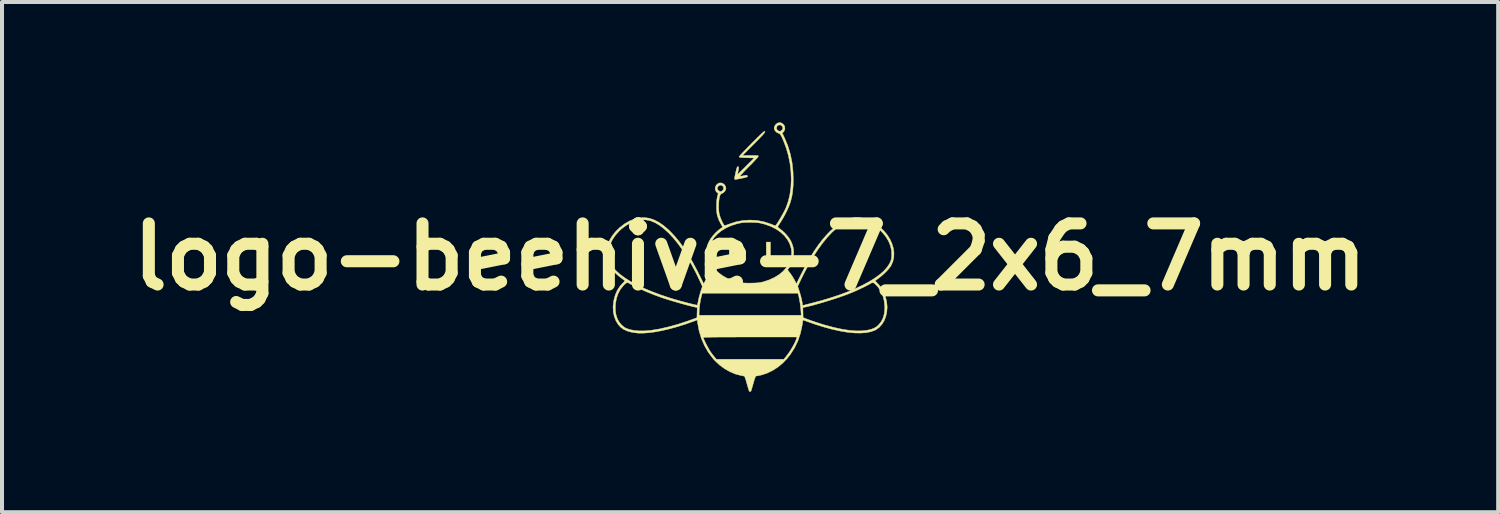
<source format=kicad_pcb>
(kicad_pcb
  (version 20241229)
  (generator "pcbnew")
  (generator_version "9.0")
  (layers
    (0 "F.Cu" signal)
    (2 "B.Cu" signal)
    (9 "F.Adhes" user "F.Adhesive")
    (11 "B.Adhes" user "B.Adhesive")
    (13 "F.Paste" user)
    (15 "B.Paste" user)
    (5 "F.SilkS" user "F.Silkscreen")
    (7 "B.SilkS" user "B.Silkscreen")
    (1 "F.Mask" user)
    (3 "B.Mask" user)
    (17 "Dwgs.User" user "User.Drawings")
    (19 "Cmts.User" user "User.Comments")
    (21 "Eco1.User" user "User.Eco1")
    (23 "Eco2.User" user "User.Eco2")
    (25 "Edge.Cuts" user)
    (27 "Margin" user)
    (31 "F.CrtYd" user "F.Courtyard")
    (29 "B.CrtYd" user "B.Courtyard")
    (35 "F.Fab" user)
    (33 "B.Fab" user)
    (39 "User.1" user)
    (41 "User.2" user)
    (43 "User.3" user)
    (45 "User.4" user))
  (footprint "logo-beehive-7_2х6_7mm"
    (layer "F.Cu")
    (at 15.646 3.353)
    (property "Reference" "logo-beehive-7_2х6_7mm" (at 0 0 0) (layer "F.SilkS") (effects (font (size 1.524 1.524) (thickness 0.3))))
    (attr through_hole)
    (fp_poly (pts (xy -0.416 0.173) (xy -0.52 0.173) (xy -0.52 -0.369) (xy -0.416 -0.369) (xy -0.416 0.173)) (stroke (width 0.01) (type solid)) (fill yes) (layer "F.SilkS"))
    (fp_poly (pts (xy 0.508 0.173) (xy 0.404 0.173) (xy 0.404 -0.369) (xy 0.508 -0.369) (xy 0.508 0.173)) (stroke (width 0.01) (type solid)) (fill yes) (layer "F.SilkS"))
    (fp_poly (pts (xy 0.373 -3.123) (xy 0.369 -3.109) (xy 0.354 -3.087) (xy 0.327 -3.054) (xy 0.287 -3.01) (xy 0.232 -2.953) (xy 0.163 -2.882) (xy 0.097 -2.816) (xy -0.19 -2.528) (xy 0.009 -2.528) (xy 0.081 -2.528) (xy 0.134 -2.528) (xy 0.169 -2.526) (xy 0.191 -2.523) (xy 0.203 -2.519) (xy 0.207 -2.512) (xy 0.208 -2.508) (xy 0.2 -2.495) (xy 0.178 -2.468) (xy 0.143 -2.43) (xy 0.098 -2.381) (xy 0.045 -2.326) (xy -0.015 -2.265) (xy -0.032 -2.249) (xy -0.108 -2.172) (xy -0.167 -2.11) (xy -0.21 -2.064) (xy -0.238 -2.032) (xy -0.25 -2.014) (xy -0.248 -2.009) (xy -0.225 -2.012) (xy -0.188 -2.018) (xy -0.153 -2.025) (xy -0.113 -2.033) (xy -0.088 -2.035) (xy -0.074 -2.03) (xy -0.068 -2.024) (xy -0.061 -2.012) (xy -0.064 -2.001) (xy -0.08 -1.991) (xy -0.112 -1.981) (xy -0.161 -1.969) (xy -0.218 -1.957) (xy -0.281 -1.944) (xy -0.325 -1.936) (xy -0.353 -1.931) (xy -0.37 -1.929) (xy -0.379 -1.931) (xy -0.384 -1.935) (xy -0.386 -1.938) (xy -0.386 -1.954) (xy -0.382 -1.987) (xy -0.374 -2.031) (xy -0.364 -2.082) (xy -0.352 -2.133) (xy -0.339 -2.181) (xy -0.328 -2.219) (xy -0.319 -2.243) (xy -0.314 -2.248) (xy -0.295 -2.25) (xy -0.285 -2.235) (xy -0.285 -2.202) (xy -0.294 -2.149) (xy -0.294 -2.149) (xy -0.303 -2.107) (xy -0.309 -2.075) (xy -0.312 -2.058) (xy -0.312 -2.057) (xy -0.304 -2.063) (xy -0.282 -2.083) (xy -0.248 -2.115) (xy -0.205 -2.158) (xy -0.153 -2.208) (xy -0.104 -2.257) (xy 0.104 -2.465) (xy -0.083 -2.471) (xy -0.155 -2.473) (xy -0.207 -2.476) (xy -0.241 -2.479) (xy -0.262 -2.484) (xy -0.272 -2.489) (xy -0.274 -2.494) (xy -0.267 -2.505) (xy -0.246 -2.531) (xy -0.212 -2.568) (xy -0.168 -2.615) (xy -0.117 -2.668) (xy -0.059 -2.728) (xy 0.001 -2.789) (xy 0.063 -2.852) (xy 0.125 -2.913) (xy 0.183 -2.971) (xy 0.236 -3.023) (xy 0.281 -3.066) (xy 0.317 -3.099) (xy 0.342 -3.12) (xy 0.351 -3.127) (xy 0.367 -3.128) (xy 0.373 -3.123)) (stroke (width 0.01) (type solid)) (fill yes) (layer "F.SilkS"))
    (fp_poly (pts (xy 0.781 -3.338) (xy 0.82 -3.313) (xy 0.851 -3.277) (xy 0.862 -3.254) (xy 0.869 -3.204) (xy 0.86 -3.156) (xy 0.836 -3.117) (xy 0.827 -3.109) (xy 0.801 -3.089) (xy 0.861 -2.962) (xy 0.942 -2.766) (xy 1.004 -2.562) (xy 1.047 -2.348) (xy 1.071 -2.122) (xy 1.077 -1.922) (xy 1.074 -1.775) (xy 1.063 -1.645) (xy 1.046 -1.526) (xy 1.019 -1.414) (xy 0.999 -1.345) (xy 0.968 -1.263) (xy 0.927 -1.169) (xy 0.878 -1.069) (xy 0.824 -0.97) (xy 0.771 -0.883) (xy 0.741 -0.836) (xy 0.716 -0.797) (xy 0.698 -0.768) (xy 0.689 -0.754) (xy 0.694 -0.742) (xy 0.715 -0.722) (xy 0.745 -0.699) (xy 0.81 -0.647) (xy 0.876 -0.584) (xy 0.937 -0.514) (xy 0.988 -0.444) (xy 1.019 -0.391) (xy 1.053 -0.311) (xy 1.074 -0.238) (xy 1.085 -0.162) (xy 1.087 -0.095) (xy 1.076 0.02) (xy 1.045 0.132) (xy 0.996 0.235) (xy 0.963 0.285) (xy 0.935 0.322) (xy 0.996 0.403) (xy 1.032 0.454) (xy 1.071 0.514) (xy 1.104 0.571) (xy 1.107 0.577) (xy 1.156 0.67) (xy 1.269 0.442) (xy 1.38 0.227) (xy 1.488 0.033) (xy 1.596 -0.142) (xy 1.704 -0.299) (xy 1.814 -0.441) (xy 1.927 -0.569) (xy 2.004 -0.647) (xy 2.129 -0.758) (xy 2.25 -0.847) (xy 2.369 -0.913) (xy 2.487 -0.957) (xy 2.604 -0.979) (xy 2.722 -0.979) (xy 2.841 -0.956) (xy 2.963 -0.913) (xy 3.088 -0.848) (xy 3.126 -0.824) (xy 3.238 -0.741) (xy 3.336 -0.649) (xy 3.419 -0.548) (xy 3.487 -0.441) (xy 3.537 -0.33) (xy 3.571 -0.217) (xy 3.587 -0.105) (xy 3.583 0.006) (xy 3.561 0.111) (xy 3.518 0.21) (xy 3.51 0.224) (xy 3.468 0.283) (xy 3.411 0.348) (xy 3.342 0.416) (xy 3.268 0.482) (xy 3.215 0.523) (xy 3.176 0.552) (xy 3.144 0.576) (xy 3.124 0.591) (xy 3.119 0.595) (xy 3.125 0.604) (xy 3.144 0.625) (xy 3.173 0.655) (xy 3.19 0.672) (xy 3.258 0.753) (xy 3.316 0.852) (xy 3.363 0.962) (xy 3.397 1.08) (xy 3.414 1.2) (xy 3.417 1.264) (xy 3.408 1.382) (xy 3.382 1.492) (xy 3.341 1.594) (xy 3.286 1.683) (xy 3.219 1.757) (xy 3.141 1.814) (xy 3.114 1.828) (xy 3.009 1.866) (xy 2.887 1.89) (xy 2.748 1.899) (xy 2.593 1.896) (xy 2.422 1.878) (xy 2.237 1.847) (xy 2.037 1.802) (xy 1.825 1.744) (xy 1.6 1.673) (xy 1.431 1.613) (xy 1.32 1.573) (xy 1.296 1.719) (xy 1.253 1.913) (xy 1.191 2.096) (xy 1.109 2.267) (xy 1.006 2.428) (xy 0.923 2.534) (xy 0.815 2.647) (xy 0.694 2.747) (xy 0.564 2.831) (xy 0.428 2.897) (xy 0.29 2.943) (xy 0.23 2.956) (xy 0.19 2.964) (xy 0.158 2.97) (xy 0.144 2.973) (xy 0.136 2.985) (xy 0.124 3.014) (xy 0.109 3.057) (xy 0.094 3.107) (xy 0.077 3.166) (xy 0.06 3.224) (xy 0.046 3.272) (xy 0.039 3.299) (xy 0.026 3.337) (xy 0.012 3.356) (xy 0 3.36) (xy -0.015 3.353) (xy -0.028 3.331) (xy -0.039 3.299) (xy -0.049 3.263) (xy -0.064 3.212) (xy -0.081 3.153) (xy -0.094 3.107) (xy -0.109 3.056) (xy -0.124 3.013) (xy -0.136 2.984) (xy -0.144 2.973) (xy -0.161 2.97) (xy -0.193 2.963) (xy -0.23 2.956) (xy -0.367 2.92) (xy -0.504 2.862) (xy -0.637 2.786) (xy -0.763 2.693) (xy -0.877 2.586) (xy -0.923 2.534) (xy -1.039 2.38) (xy -1.135 2.215) (xy -1.212 2.037) (xy -1.22 2.012) (xy -1.166 2.012) (xy -1.161 2.031) (xy -1.146 2.065) (xy -1.125 2.111) (xy -1.099 2.164) (xy -1.071 2.219) (xy -1.042 2.272) (xy -1.016 2.319) (xy -0.993 2.355) (xy -0.992 2.357) (xy -0.959 2.404) (xy -0.921 2.454) (xy -0.891 2.491) (xy -0.84 2.552) (xy 0.841 2.552) (xy 0.892 2.491) (xy 0.938 2.432) (xy 0.987 2.363) (xy 1.034 2.288) (xy 1.078 2.212) (xy 1.116 2.14) (xy 1.144 2.077) (xy 1.161 2.028) (xy 1.169 1.997) (xy 0.001 1.997) (xy -0.196 1.997) (xy -0.371 1.998) (xy -0.525 1.998) (xy -0.659 1.998) (xy -0.775 1.999) (xy -0.873 2) (xy -0.955 2.001) (xy -1.022 2.002) (xy -1.074 2.003) (xy -1.114 2.005) (xy -1.141 2.007) (xy -1.158 2.009) (xy -1.166 2.011) (xy -1.166 2.012) (xy -1.22 2.012) (xy -1.27 1.846) (xy -1.308 1.643) (xy -1.31 1.626) (xy -1.317 1.572) (xy -1.429 1.613) (xy -1.63 1.683) (xy -1.826 1.744) (xy -2.015 1.796) (xy -2.196 1.838) (xy -2.365 1.87) (xy -2.522 1.891) (xy -2.665 1.901) (xy -2.79 1.9) (xy -2.838 1.895) (xy -2.962 1.876) (xy -3.067 1.846) (xy -3.154 1.805) (xy -3.227 1.752) (xy -3.287 1.685) (xy -3.337 1.603) (xy -3.344 1.589) (xy -3.386 1.481) (xy -3.409 1.372) (xy -3.411 1.321) (xy -3.357 1.321) (xy -3.349 1.404) (xy -3.33 1.481) (xy -3.3 1.56) (xy -3.296 1.567) (xy -3.256 1.634) (xy -3.202 1.698) (xy -3.139 1.751) (xy -3.084 1.782) (xy -2.993 1.813) (xy -2.885 1.834) (xy -2.762 1.845) (xy -2.628 1.844) (xy -2.487 1.832) (xy -2.464 1.83) (xy -2.252 1.795) (xy -2.026 1.743) (xy -1.788 1.677) (xy -1.54 1.595) (xy -1.511 1.584) (xy -1.325 1.517) (xy -1.321 1.391) (xy -1.27 1.391) (xy -1.27 1.455) (xy 1.274 1.455) (xy 1.266 1.33) (xy 1.261 1.263) (xy 1.316 1.263) (xy 1.322 1.512) (xy 1.368 1.531) (xy 1.439 1.558) (xy 1.527 1.59) (xy 1.623 1.623) (xy 1.723 1.655) (xy 1.82 1.686) (xy 1.879 1.703) (xy 2.093 1.76) (xy 2.293 1.803) (xy 2.476 1.831) (xy 2.643 1.845) (xy 2.794 1.843) (xy 2.916 1.829) (xy 3.013 1.807) (xy 3.092 1.777) (xy 3.158 1.737) (xy 3.21 1.69) (xy 3.274 1.607) (xy 3.32 1.514) (xy 3.347 1.408) (xy 3.358 1.288) (xy 3.357 1.23) (xy 3.341 1.088) (xy 3.307 0.96) (xy 3.256 0.847) (xy 3.186 0.749) (xy 3.17 0.73) (xy 3.127 0.686) (xy 3.095 0.657) (xy 3.069 0.644) (xy 3.045 0.643) (xy 3.019 0.654) (xy 3.005 0.662) (xy 2.959 0.689) (xy 2.896 0.722) (xy 2.821 0.76) (xy 2.738 0.799) (xy 2.653 0.839) (xy 2.569 0.875) (xy 2.551 0.883) (xy 2.457 0.921) (xy 2.347 0.962) (xy 2.223 1.005) (xy 2.091 1.049) (xy 1.956 1.092) (xy 1.82 1.133) (xy 1.69 1.171) (xy 1.568 1.205) (xy 1.46 1.232) (xy 1.386 1.249) (xy 1.316 1.263) (xy 1.261 1.263) (xy 1.26 1.254) (xy 1.249 1.168) (xy 1.234 1.08) (xy 1.218 0.999) (xy 1.203 0.941) (xy 1.193 0.906) (xy -1.194 0.906) (xy -1.22 1.01) (xy -1.239 1.098) (xy -1.255 1.196) (xy -1.265 1.292) (xy -1.27 1.377) (xy -1.27 1.391) (xy -1.321 1.391) (xy -1.317 1.264) (xy -1.435 1.237) (xy -1.502 1.22) (xy -1.586 1.198) (xy -1.682 1.172) (xy -1.784 1.143) (xy -1.888 1.113) (xy -1.989 1.083) (xy -2.082 1.054) (xy -2.16 1.029) (xy -2.199 1.016) (xy -2.323 0.971) (xy -2.449 0.923) (xy -2.573 0.872) (xy -2.691 0.821) (xy -2.8 0.771) (xy -2.896 0.723) (xy -2.974 0.68) (xy -2.994 0.669) (xy -3.027 0.65) (xy -3.054 0.642) (xy -3.078 0.647) (xy -3.106 0.666) (xy -3.143 0.701) (xy -3.156 0.714) (xy -3.233 0.809) (xy -3.291 0.918) (xy -3.332 1.041) (xy -3.354 1.177) (xy -3.357 1.224) (xy -3.357 1.321) (xy -3.411 1.321) (xy -3.415 1.255) (xy -3.413 1.218) (xy -3.396 1.081) (xy -3.361 0.952) (xy -3.31 0.835) (xy -3.242 0.732) (xy -3.189 0.672) (xy -3.157 0.639) (xy -3.133 0.613) (xy -3.12 0.598) (xy -3.119 0.595) (xy -3.13 0.587) (xy -3.154 0.568) (xy -3.189 0.542) (xy -3.216 0.522) (xy -3.293 0.461) (xy -3.366 0.394) (xy -3.432 0.326) (xy -3.485 0.261) (xy -3.51 0.224) (xy -3.556 0.125) (xy -3.582 0.02) (xy -3.587 -0.071) (xy -3.531 -0.071) (xy -3.531 -0.04) (xy -3.527 0.015) (xy -3.521 0.057) (xy -3.51 0.094) (xy -3.492 0.136) (xy -3.482 0.156) (xy -3.425 0.248) (xy -3.346 0.34) (xy -3.245 0.432) (xy -3.123 0.522) (xy -2.981 0.612) (xy -2.818 0.7) (xy -2.637 0.786) (xy -2.438 0.869) (xy -2.221 0.95) (xy -1.987 1.028) (xy -1.968 1.033) (xy -1.9 1.054) (xy -1.823 1.076) (xy -1.743 1.099) (xy -1.661 1.121) (xy -1.581 1.142) (xy -1.507 1.161) (xy -1.44 1.178) (xy -1.385 1.191) (xy -1.343 1.199) (xy -1.32 1.203) (xy -1.315 1.202) (xy -1.311 1.188) (xy -1.303 1.157) (xy -1.294 1.114) (xy -1.289 1.085) (xy -1.276 1.024) (xy -1.257 0.953) (xy -1.237 0.883) (xy -1.229 0.856) (xy -1.189 0.736) (xy -1.191 0.732) (xy 1.188 0.732) (xy 1.224 0.841) (xy 1.245 0.909) (xy 1.265 0.979) (xy 1.282 1.048) (xy 1.295 1.109) (xy 1.303 1.158) (xy 1.304 1.181) (xy 1.308 1.204) (xy 1.319 1.209) (xy 1.325 1.208) (xy 1.343 1.203) (xy 1.379 1.194) (xy 1.428 1.181) (xy 1.486 1.167) (xy 1.512 1.16) (xy 1.763 1.094) (xy 2.001 1.023) (xy 2.225 0.949) (xy 2.435 0.871) (xy 2.629 0.789) (xy 2.806 0.705) (xy 2.966 0.619) (xy 3.108 0.531) (xy 3.231 0.442) (xy 3.333 0.353) (xy 3.414 0.262) (xy 3.474 0.173) (xy 3.481 0.158) (xy 3.503 0.111) (xy 3.517 0.073) (xy 3.524 0.033) (xy 3.529 -0.017) (xy 3.53 -0.037) (xy 3.525 -0.161) (xy 3.498 -0.282) (xy 3.448 -0.4) (xy 3.377 -0.514) (xy 3.285 -0.622) (xy 3.254 -0.653) (xy 3.145 -0.745) (xy 3.031 -0.819) (xy 2.914 -0.874) (xy 2.796 -0.909) (xy 2.679 -0.925) (xy 2.566 -0.919) (xy 2.505 -0.907) (xy 2.393 -0.866) (xy 2.279 -0.803) (xy 2.162 -0.719) (xy 2.044 -0.614) (xy 1.926 -0.488) (xy 1.807 -0.343) (xy 1.688 -0.179) (xy 1.57 0.003) (xy 1.454 0.203) (xy 1.339 0.42) (xy 1.285 0.53) (xy 1.188 0.732) (xy -1.191 0.732) (xy -1.242 0.619) (xy -1.345 0.404) (xy -1.452 0.201) (xy -1.563 0.012) (xy -1.676 -0.163) (xy -1.791 -0.322) (xy -1.907 -0.465) (xy -2.024 -0.591) (xy -2.139 -0.697) (xy -2.254 -0.785) (xy -2.366 -0.852) (xy -2.475 -0.897) (xy -2.505 -0.907) (xy -2.616 -0.924) (xy -2.731 -0.92) (xy -2.849 -0.896) (xy -2.967 -0.852) (xy -3.083 -0.788) (xy -3.195 -0.706) (xy -3.254 -0.653) (xy -3.352 -0.546) (xy -3.43 -0.434) (xy -3.486 -0.316) (xy -3.52 -0.195) (xy -3.531 -0.071) (xy -3.587 -0.071) (xy -3.588 -0.09) (xy -3.575 -0.203) (xy -3.543 -0.316) (xy -3.494 -0.427) (xy -3.427 -0.536) (xy -3.344 -0.638) (xy -3.245 -0.734) (xy -3.132 -0.82) (xy -3.129 -0.822) (xy -3.004 -0.895) (xy -2.88 -0.945) (xy -2.759 -0.974) (xy -2.639 -0.98) (xy -2.518 -0.964) (xy -2.398 -0.925) (xy -2.277 -0.864) (xy -2.155 -0.78) (xy -2.03 -0.673) (xy -1.993 -0.638) (xy -1.877 -0.514) (xy -1.764 -0.378) (xy -1.653 -0.227) (xy -1.543 -0.059) (xy -1.434 0.128) (xy -1.323 0.335) (xy -1.269 0.442) (xy -1.156 0.67) (xy -1.109 0.581) (xy -1.078 0.526) (xy -1.041 0.466) (xy -1.003 0.412) (xy -0.999 0.406) (xy -0.935 0.322) (xy -0.963 0.285) (xy -1.021 0.189) (xy -1.062 0.081) (xy -1.084 -0.033) (xy -1.087 -0.095) (xy -1.087 -0.105) (xy -1.036 -0.105) (xy -1.026 0.004) (xy -0.995 0.109) (xy -0.945 0.21) (xy -0.876 0.305) (xy -0.789 0.391) (xy -0.685 0.469) (xy -0.567 0.536) (xy -0.433 0.591) (xy -0.423 0.594) (xy -0.343 0.619) (xy -0.268 0.636) (xy -0.191 0.647) (xy -0.107 0.653) (xy -0.008 0.654) (xy 0.035 0.653) (xy 0.113 0.651) (xy 0.174 0.648) (xy 0.224 0.643) (xy 0.27 0.635) (xy 0.316 0.625) (xy 0.339 0.619) (xy 0.48 0.572) (xy 0.608 0.513) (xy 0.721 0.443) (xy 0.819 0.363) (xy 0.9 0.274) (xy 0.963 0.179) (xy 1.007 0.077) (xy 1.032 -0.029) (xy 1.035 -0.138) (xy 1.024 -0.215) (xy 0.989 -0.326) (xy 0.932 -0.431) (xy 0.857 -0.527) (xy 0.763 -0.614) (xy 0.653 -0.691) (xy 0.528 -0.756) (xy 0.389 -0.807) (xy 0.317 -0.827) (xy 0.266 -0.84) (xy 0.221 -0.848) (xy 0.177 -0.854) (xy 0.128 -0.857) (xy 0.068 -0.859) (xy 0 -0.859) (xy -0.076 -0.859) (xy -0.135 -0.857) (xy -0.183 -0.853) (xy -0.227 -0.847) (xy -0.272 -0.838) (xy -0.318 -0.828) (xy -0.462 -0.783) (xy -0.594 -0.724) (xy -0.712 -0.653) (xy -0.813 -0.571) (xy -0.898 -0.479) (xy -0.964 -0.378) (xy -1.009 -0.27) (xy -1.024 -0.215) (xy -1.036 -0.105) (xy -1.087 -0.105) (xy -1.083 -0.18) (xy -1.071 -0.254) (xy -1.047 -0.328) (xy -1.019 -0.391) (xy -0.98 -0.456) (xy -0.927 -0.526) (xy -0.865 -0.595) (xy -0.799 -0.657) (xy -0.745 -0.699) (xy -0.682 -0.742) (xy -0.711 -0.79) (xy -0.775 -0.912) (xy -0.816 -1.028) (xy -0.828 -1.09) (xy -0.835 -1.168) (xy -0.837 -1.255) (xy -0.835 -1.342) (xy -0.829 -1.423) (xy -0.818 -1.49) (xy -0.816 -1.498) (xy -0.794 -1.582) (xy -0.824 -1.606) (xy -0.855 -1.643) (xy -0.869 -1.69) (xy -0.868 -1.707) (xy -0.82 -1.707) (xy -0.81 -1.68) (xy -0.787 -1.653) (xy -0.758 -1.633) (xy -0.737 -1.628) (xy -0.711 -1.636) (xy -0.685 -1.653) (xy -0.663 -1.687) (xy -0.66 -1.723) (xy -0.673 -1.756) (xy -0.701 -1.781) (xy -0.738 -1.79) (xy -0.771 -1.779) (xy -0.8 -1.754) (xy -0.818 -1.721) (xy -0.82 -1.707) (xy -0.868 -1.707) (xy -0.866 -1.739) (xy -0.845 -1.785) (xy -0.809 -1.821) (xy -0.764 -1.843) (xy -0.72 -1.844) (xy -0.675 -1.829) (xy -0.639 -1.801) (xy -0.612 -1.759) (xy -0.601 -1.713) (xy -0.6 -1.707) (xy -0.611 -1.665) (xy -0.638 -1.625) (xy -0.676 -1.593) (xy -0.693 -1.585) (xy -0.722 -1.571) (xy -0.74 -1.552) (xy -0.753 -1.521) (xy -0.758 -1.508) (xy -0.769 -1.456) (xy -0.777 -1.388) (xy -0.782 -1.31) (xy -0.783 -1.23) (xy -0.779 -1.155) (xy -0.772 -1.09) (xy -0.769 -1.074) (xy -0.757 -1.03) (xy -0.739 -0.978) (xy -0.717 -0.923) (xy -0.693 -0.871) (xy -0.67 -0.826) (xy -0.65 -0.795) (xy -0.642 -0.786) (xy -0.624 -0.784) (xy -0.587 -0.793) (xy -0.532 -0.814) (xy -0.529 -0.815) (xy -0.356 -0.872) (xy -0.181 -0.907) (xy -0.004 -0.918) (xy 0.172 -0.908) (xy 0.347 -0.874) (xy 0.519 -0.818) (xy 0.529 -0.814) (xy 0.629 -0.774) (xy 0.653 -0.802) (xy 0.676 -0.834) (xy 0.706 -0.881) (xy 0.742 -0.94) (xy 0.779 -1.004) (xy 0.816 -1.07) (xy 0.85 -1.133) (xy 0.878 -1.188) (xy 0.895 -1.224) (xy 0.952 -1.385) (xy 0.993 -1.558) (xy 1.018 -1.743) (xy 1.026 -1.934) (xy 1.018 -2.13) (xy 0.995 -2.327) (xy 0.956 -2.523) (xy 0.901 -2.715) (xy 0.831 -2.899) (xy 0.806 -2.956) (xy 0.782 -3.005) (xy 0.764 -3.038) (xy 0.749 -3.058) (xy 0.733 -3.071) (xy 0.712 -3.08) (xy 0.704 -3.083) (xy 0.659 -3.107) (xy 0.624 -3.143) (xy 0.604 -3.184) (xy 0.6 -3.207) (xy 0.604 -3.224) (xy 0.66 -3.224) (xy 0.663 -3.189) (xy 0.683 -3.157) (xy 0.689 -3.153) (xy 0.725 -3.132) (xy 0.758 -3.134) (xy 0.791 -3.157) (xy 0.791 -3.157) (xy 0.815 -3.19) (xy 0.816 -3.223) (xy 0.796 -3.26) (xy 0.796 -3.26) (xy 0.764 -3.286) (xy 0.738 -3.29) (xy 0.7 -3.281) (xy 0.673 -3.257) (xy 0.66 -3.224) (xy 0.604 -3.224) (xy 0.611 -3.257) (xy 0.64 -3.301) (xy 0.681 -3.333) (xy 0.731 -3.348) (xy 0.742 -3.348) (xy 0.781 -3.338)) (stroke (width 0.01) (type solid)) (fill yes) (layer "F.SilkS")))
  (gr_rect
    (start -3 -3)
    (end 34.293 9.718)
    (stroke (width 0.1) (type default))
    (fill no)
    (layer "Edge.Cuts")))
</source>
